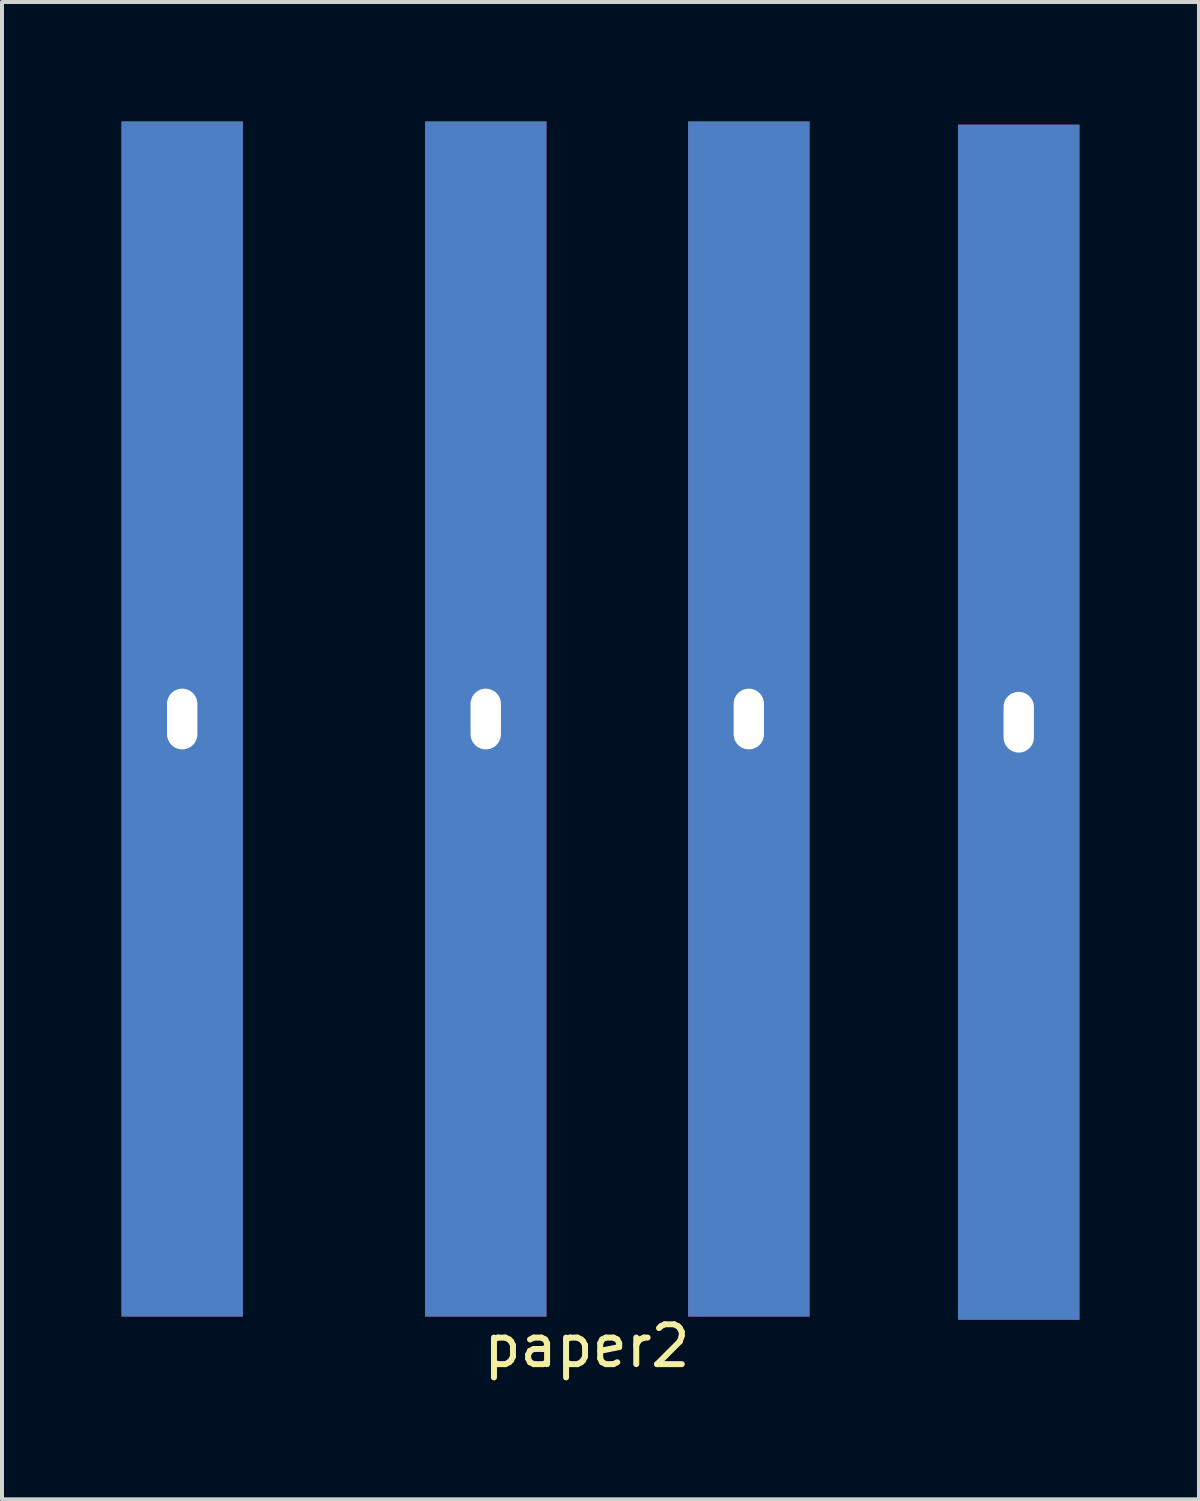
<source format=kicad_pcb>
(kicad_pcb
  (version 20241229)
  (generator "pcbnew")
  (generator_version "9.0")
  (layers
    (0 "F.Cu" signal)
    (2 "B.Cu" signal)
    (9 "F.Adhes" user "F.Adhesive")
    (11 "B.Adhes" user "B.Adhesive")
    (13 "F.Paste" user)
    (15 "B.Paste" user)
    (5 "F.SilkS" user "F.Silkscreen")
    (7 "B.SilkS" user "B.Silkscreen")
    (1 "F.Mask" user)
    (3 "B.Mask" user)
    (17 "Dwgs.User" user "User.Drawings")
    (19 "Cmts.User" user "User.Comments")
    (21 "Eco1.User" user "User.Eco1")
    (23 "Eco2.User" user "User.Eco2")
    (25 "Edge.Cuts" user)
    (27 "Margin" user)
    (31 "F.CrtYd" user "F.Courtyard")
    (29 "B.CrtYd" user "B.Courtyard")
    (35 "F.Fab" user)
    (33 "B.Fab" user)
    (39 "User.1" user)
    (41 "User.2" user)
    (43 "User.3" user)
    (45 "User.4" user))
  (footprint "paper2"
    (layer "F.Cu")
    (at 11.684 30.24)
    (property "Reference" "paper2" (at 0 0.5 0) (layer "F.SilkS") (effects (font (size 1 1) (thickness 0.15))))
    (attr through_hole)
    (pad "1" thru_hole rect (at -10.16 -15.24) (size 3.048 30) (drill oval 0.762 1.524) (layers "*.Cu" "*.Mask"))
    (pad "2" thru_hole rect (at -2.54 -15.24) (size 3.048 30) (drill oval 0.762 1.524) (layers "*.Cu" "*.Mask"))
    (pad "3" thru_hole rect (at 4.064 -15.24) (size 3.048 30) (drill oval 0.762 1.524) (layers "*.Cu" "*.Mask"))
    (pad "4" thru_hole rect (at 10.84 -15.16) (size 3.048 30) (drill oval 0.762 1.524) (layers "*.Cu" "*.Mask")))
  (gr_rect
    (start -3 -3)
    (end 27.048 34.588)
    (stroke (width 0.1) (type default))
    (fill no)
    (layer "Edge.Cuts")))
</source>
